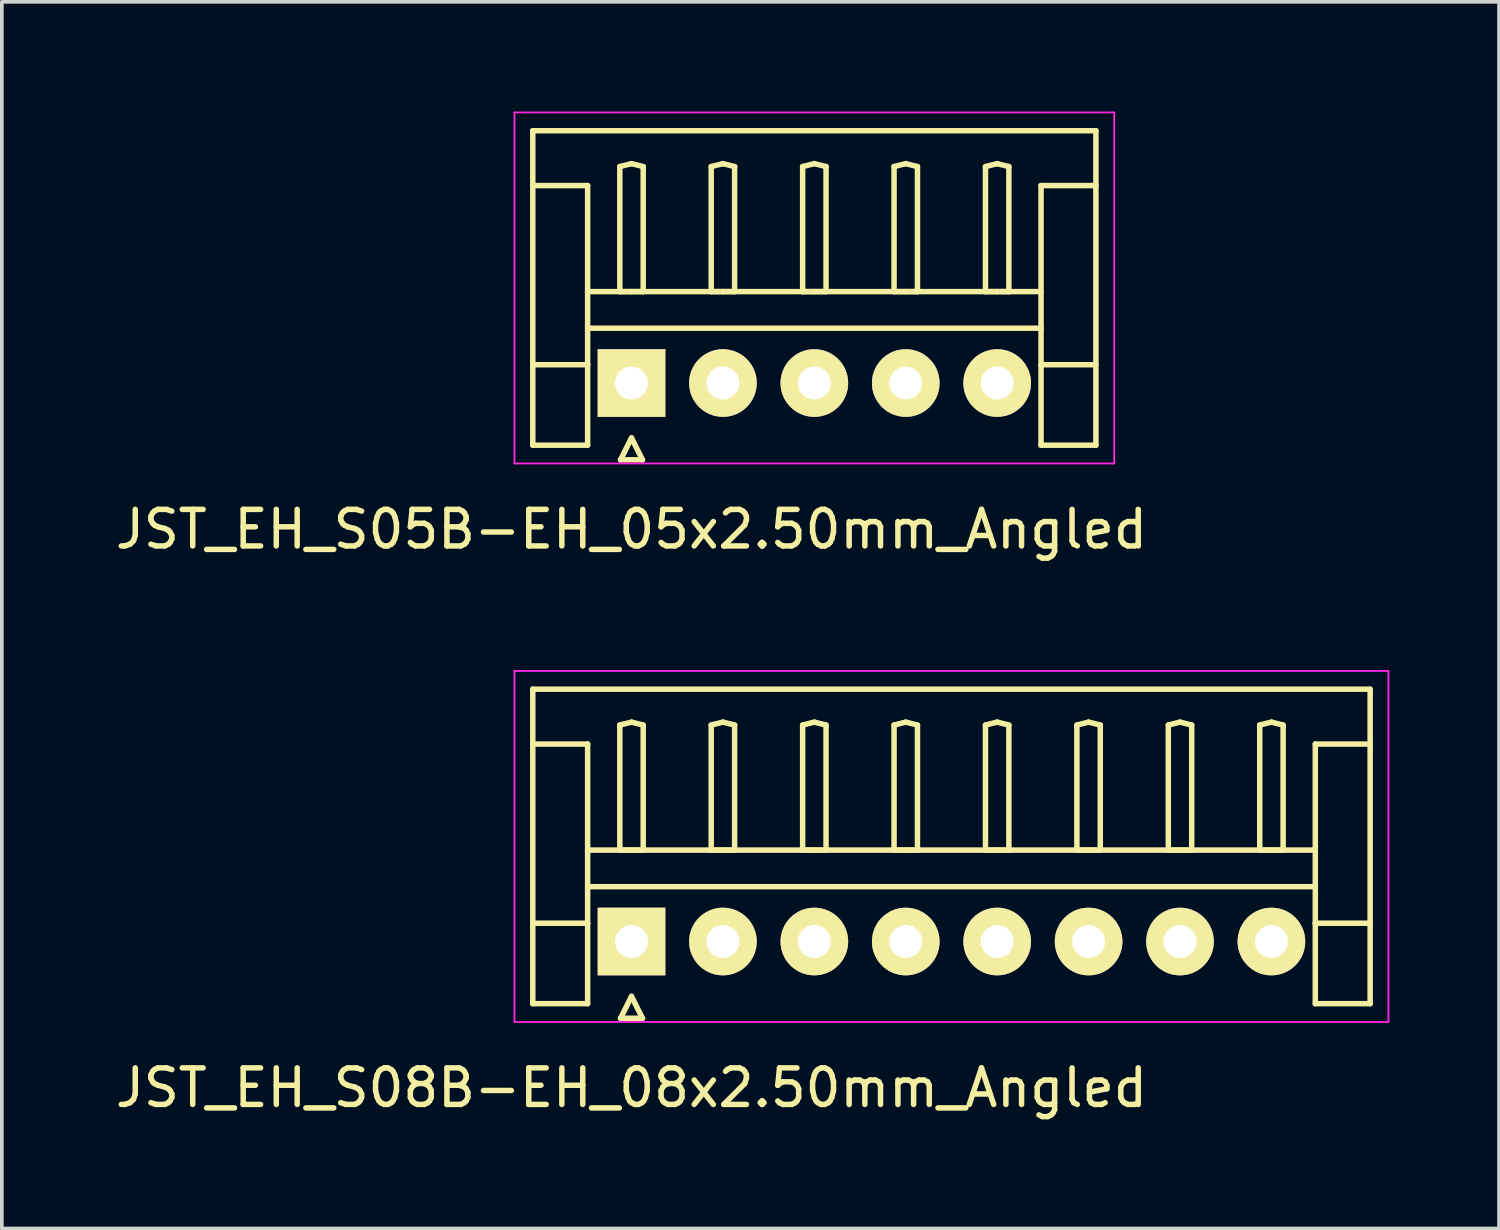
<source format=kicad_pcb>
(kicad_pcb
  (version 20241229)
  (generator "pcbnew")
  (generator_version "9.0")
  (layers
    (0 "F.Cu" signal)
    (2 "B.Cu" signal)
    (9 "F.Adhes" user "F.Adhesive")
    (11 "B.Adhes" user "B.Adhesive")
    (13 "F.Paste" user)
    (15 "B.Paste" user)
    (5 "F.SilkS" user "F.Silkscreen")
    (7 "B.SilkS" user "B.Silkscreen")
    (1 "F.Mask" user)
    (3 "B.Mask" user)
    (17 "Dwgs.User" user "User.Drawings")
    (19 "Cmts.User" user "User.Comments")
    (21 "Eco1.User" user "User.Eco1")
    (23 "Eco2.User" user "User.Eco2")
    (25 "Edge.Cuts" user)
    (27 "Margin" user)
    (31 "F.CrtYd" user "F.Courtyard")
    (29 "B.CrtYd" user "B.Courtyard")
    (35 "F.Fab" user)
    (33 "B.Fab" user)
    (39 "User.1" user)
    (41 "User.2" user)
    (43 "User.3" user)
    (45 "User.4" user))
  (footprint "JST_EH_S08B-EH_08x2.50mm_Angled"
    (layer "F.Cu")
    (at 14.22 22.698)
    (property "Reference" "JST_EH_S08B-EH_08x2.50mm_Angled" (at 0 4 0) (layer "F.SilkS") (effects (font (size 1 1) (thickness 0.15))))
    (attr through_hole)
    (fp_line (start -2.7 -6.9) (end 20.2 -6.9) (stroke (width 0.15) (type solid)) (layer "F.SilkS"))
    (fp_line (start -2.7 -5.4) (end -1.2 -5.4) (stroke (width 0.15) (type solid)) (layer "F.SilkS"))
    (fp_line (start -2.7 1.7) (end -2.7 -6.9) (stroke (width 0.15) (type solid)) (layer "F.SilkS"))
    (fp_line (start -1.2 -5.4) (end -1.2 -0.5) (stroke (width 0.15) (type solid)) (layer "F.SilkS"))
    (fp_line (start -1.2 -2.5) (end 18.7 -2.5) (stroke (width 0.15) (type solid)) (layer "F.SilkS"))
    (fp_line (start -1.2 -1.5) (end 18.7 -1.5) (stroke (width 0.15) (type solid)) (layer "F.SilkS"))
    (fp_line (start -1.2 -0.5) (end -2.7 -0.5) (stroke (width 0.15) (type solid)) (layer "F.SilkS"))
    (fp_line (start -1.2 -0.5) (end -1.2 1.7) (stroke (width 0.15) (type solid)) (layer "F.SilkS"))
    (fp_line (start -1.2 1.7) (end -2.7 1.7) (stroke (width 0.15) (type solid)) (layer "F.SilkS"))
    (fp_line (start -0.32 -5.92) (end 0 -6) (stroke (width 0.15) (type solid)) (layer "F.SilkS"))
    (fp_line (start -0.32 -2.5) (end -0.32 -5.92) (stroke (width 0.15) (type solid)) (layer "F.SilkS"))
    (fp_line (start -0.3 2.1) (end 0.3 2.1) (stroke (width 0.15) (type solid)) (layer "F.SilkS"))
    (fp_line (start 0 -6) (end 0.32 -5.92) (stroke (width 0.15) (type solid)) (layer "F.SilkS"))
    (fp_line (start 0 -2.5) (end -0.32 -2.5) (stroke (width 0.15) (type solid)) (layer "F.SilkS"))
    (fp_line (start 0 1.5) (end -0.3 2.1) (stroke (width 0.15) (type solid)) (layer "F.SilkS"))
    (fp_line (start 0.3 2.1) (end 0 1.5) (stroke (width 0.15) (type solid)) (layer "F.SilkS"))
    (fp_line (start 0.32 -5.92) (end 0.32 -2.5) (stroke (width 0.15) (type solid)) (layer "F.SilkS"))
    (fp_line (start 0.32 -2.5) (end 0 -2.5) (stroke (width 0.15) (type solid)) (layer "F.SilkS"))
    (fp_line (start 2.18 -5.92) (end 2.5 -6) (stroke (width 0.15) (type solid)) (layer "F.SilkS"))
    (fp_line (start 2.18 -2.5) (end 2.18 -5.92) (stroke (width 0.15) (type solid)) (layer "F.SilkS"))
    (fp_line (start 2.5 -6) (end 2.82 -5.92) (stroke (width 0.15) (type solid)) (layer "F.SilkS"))
    (fp_line (start 2.5 -2.5) (end 2.18 -2.5) (stroke (width 0.15) (type solid)) (layer "F.SilkS"))
    (fp_line (start 2.82 -5.92) (end 2.82 -2.5) (stroke (width 0.15) (type solid)) (layer "F.SilkS"))
    (fp_line (start 2.82 -2.5) (end 2.5 -2.5) (stroke (width 0.15) (type solid)) (layer "F.SilkS"))
    (fp_line (start 4.68 -5.92) (end 5 -6) (stroke (width 0.15) (type solid)) (layer "F.SilkS"))
    (fp_line (start 4.68 -2.5) (end 4.68 -5.92) (stroke (width 0.15) (type solid)) (layer "F.SilkS"))
    (fp_line (start 5 -6) (end 5.32 -5.92) (stroke (width 0.15) (type solid)) (layer "F.SilkS"))
    (fp_line (start 5 -2.5) (end 4.68 -2.5) (stroke (width 0.15) (type solid)) (layer "F.SilkS"))
    (fp_line (start 5.32 -5.92) (end 5.32 -2.5) (stroke (width 0.15) (type solid)) (layer "F.SilkS"))
    (fp_line (start 5.32 -2.5) (end 5 -2.5) (stroke (width 0.15) (type solid)) (layer "F.SilkS"))
    (fp_line (start 7.18 -5.92) (end 7.5 -6) (stroke (width 0.15) (type solid)) (layer "F.SilkS"))
    (fp_line (start 7.18 -2.5) (end 7.18 -5.92) (stroke (width 0.15) (type solid)) (layer "F.SilkS"))
    (fp_line (start 7.5 -6) (end 7.82 -5.92) (stroke (width 0.15) (type solid)) (layer "F.SilkS"))
    (fp_line (start 7.5 -2.5) (end 7.18 -2.5) (stroke (width 0.15) (type solid)) (layer "F.SilkS"))
    (fp_line (start 7.82 -5.92) (end 7.82 -2.5) (stroke (width 0.15) (type solid)) (layer "F.SilkS"))
    (fp_line (start 7.82 -2.5) (end 7.5 -2.5) (stroke (width 0.15) (type solid)) (layer "F.SilkS"))
    (fp_line (start 9.68 -5.92) (end 10 -6) (stroke (width 0.15) (type solid)) (layer "F.SilkS"))
    (fp_line (start 9.68 -2.5) (end 9.68 -5.92) (stroke (width 0.15) (type solid)) (layer "F.SilkS"))
    (fp_line (start 10 -6) (end 10.32 -5.92) (stroke (width 0.15) (type solid)) (layer "F.SilkS"))
    (fp_line (start 10 -2.5) (end 9.68 -2.5) (stroke (width 0.15) (type solid)) (layer "F.SilkS"))
    (fp_line (start 10.32 -5.92) (end 10.32 -2.5) (stroke (width 0.15) (type solid)) (layer "F.SilkS"))
    (fp_line (start 10.32 -2.5) (end 10 -2.5) (stroke (width 0.15) (type solid)) (layer "F.SilkS"))
    (fp_line (start 12.18 -5.92) (end 12.5 -6) (stroke (width 0.15) (type solid)) (layer "F.SilkS"))
    (fp_line (start 12.18 -2.5) (end 12.18 -5.92) (stroke (width 0.15) (type solid)) (layer "F.SilkS"))
    (fp_line (start 12.5 -6) (end 12.82 -5.92) (stroke (width 0.15) (type solid)) (layer "F.SilkS"))
    (fp_line (start 12.5 -2.5) (end 12.18 -2.5) (stroke (width 0.15) (type solid)) (layer "F.SilkS"))
    (fp_line (start 12.82 -5.92) (end 12.82 -2.5) (stroke (width 0.15) (type solid)) (layer "F.SilkS"))
    (fp_line (start 12.82 -2.5) (end 12.5 -2.5) (stroke (width 0.15) (type solid)) (layer "F.SilkS"))
    (fp_line (start 14.68 -5.92) (end 15 -6) (stroke (width 0.15) (type solid)) (layer "F.SilkS"))
    (fp_line (start 14.68 -2.5) (end 14.68 -5.92) (stroke (width 0.15) (type solid)) (layer "F.SilkS"))
    (fp_line (start 15 -6) (end 15.32 -5.92) (stroke (width 0.15) (type solid)) (layer "F.SilkS"))
    (fp_line (start 15 -2.5) (end 14.68 -2.5) (stroke (width 0.15) (type solid)) (layer "F.SilkS"))
    (fp_line (start 15.32 -5.92) (end 15.32 -2.5) (stroke (width 0.15) (type solid)) (layer "F.SilkS"))
    (fp_line (start 15.32 -2.5) (end 15 -2.5) (stroke (width 0.15) (type solid)) (layer "F.SilkS"))
    (fp_line (start 17.18 -5.92) (end 17.5 -6) (stroke (width 0.15) (type solid)) (layer "F.SilkS"))
    (fp_line (start 17.18 -2.5) (end 17.18 -5.92) (stroke (width 0.15) (type solid)) (layer "F.SilkS"))
    (fp_line (start 17.5 -6) (end 17.82 -5.92) (stroke (width 0.15) (type solid)) (layer "F.SilkS"))
    (fp_line (start 17.5 -2.5) (end 17.18 -2.5) (stroke (width 0.15) (type solid)) (layer "F.SilkS"))
    (fp_line (start 17.82 -5.92) (end 17.82 -2.5) (stroke (width 0.15) (type solid)) (layer "F.SilkS"))
    (fp_line (start 17.82 -2.5) (end 17.5 -2.5) (stroke (width 0.15) (type solid)) (layer "F.SilkS"))
    (fp_line (start 18.7 -5.4) (end 18.7 -0.5) (stroke (width 0.15) (type solid)) (layer "F.SilkS"))
    (fp_line (start 18.7 -0.5) (end 20.2 -0.5) (stroke (width 0.15) (type solid)) (layer "F.SilkS"))
    (fp_line (start 18.7 1.7) (end 18.7 -0.5) (stroke (width 0.15) (type solid)) (layer "F.SilkS"))
    (fp_line (start 20.2 -6.9) (end 20.2 1.7) (stroke (width 0.15) (type solid)) (layer "F.SilkS"))
    (fp_line (start 20.2 -5.4) (end 18.7 -5.4) (stroke (width 0.15) (type solid)) (layer "F.SilkS"))
    (fp_line (start 20.2 1.7) (end 18.7 1.7) (stroke (width 0.15) (type solid)) (layer "F.SilkS"))
    (fp_line (start -3.2 -7.4) (end -3.2 2.2) (stroke (width 0.05) (type solid)) (layer "F.CrtYd"))
    (fp_line (start -3.2 2.2) (end 20.7 2.2) (stroke (width 0.05) (type solid)) (layer "F.CrtYd"))
    (fp_line (start 20.7 -7.4) (end -3.2 -7.4) (stroke (width 0.05) (type solid)) (layer "F.CrtYd"))
    (fp_line (start 20.7 2.2) (end 20.7 -7.4) (stroke (width 0.05) (type solid)) (layer "F.CrtYd"))
    (pad "1" thru_hole rect (at 0 0) (size 1.85 1.85) (drill 0.9) (layers "*.Cu" "*.Mask" "F.SilkS"))
    (pad "2" thru_hole circle (at 2.5 0) (size 1.85 1.85) (drill 0.9) (layers "*.Cu" "*.Mask" "F.SilkS"))
    (pad "3" thru_hole circle (at 5 0) (size 1.85 1.85) (drill 0.9) (layers "*.Cu" "*.Mask" "F.SilkS"))
    (pad "4" thru_hole circle (at 7.5 0) (size 1.85 1.85) (drill 0.9) (layers "*.Cu" "*.Mask" "F.SilkS"))
    (pad "5" thru_hole circle (at 10 0) (size 1.85 1.85) (drill 0.9) (layers "*.Cu" "*.Mask" "F.SilkS"))
    (pad "6" thru_hole circle (at 12.5 0) (size 1.85 1.85) (drill 0.9) (layers "*.Cu" "*.Mask" "F.SilkS"))
    (pad "7" thru_hole circle (at 15 0) (size 1.85 1.85) (drill 0.9) (layers "*.Cu" "*.Mask" "F.SilkS"))
    (pad "8" thru_hole circle (at 17.5 0) (size 1.85 1.85) (drill 0.9) (layers "*.Cu" "*.Mask" "F.SilkS")))
  (footprint "JST_EH_S05B-EH_05x2.50mm_Angled"
    (layer "F.Cu")
    (at 14.22 7.425)
    (property "Reference" "JST_EH_S05B-EH_05x2.50mm_Angled" (at 0 4 0) (layer "F.SilkS") (effects (font (size 1 1) (thickness 0.15))))
    (attr through_hole)
    (fp_line (start -2.7 -6.9) (end 12.7 -6.9) (stroke (width 0.15) (type solid)) (layer "F.SilkS"))
    (fp_line (start -2.7 -5.4) (end -1.2 -5.4) (stroke (width 0.15) (type solid)) (layer "F.SilkS"))
    (fp_line (start -2.7 1.7) (end -2.7 -6.9) (stroke (width 0.15) (type solid)) (layer "F.SilkS"))
    (fp_line (start -1.2 -5.4) (end -1.2 -0.5) (stroke (width 0.15) (type solid)) (layer "F.SilkS"))
    (fp_line (start -1.2 -2.5) (end 11.2 -2.5) (stroke (width 0.15) (type solid)) (layer "F.SilkS"))
    (fp_line (start -1.2 -1.5) (end 11.2 -1.5) (stroke (width 0.15) (type solid)) (layer "F.SilkS"))
    (fp_line (start -1.2 -0.5) (end -2.7 -0.5) (stroke (width 0.15) (type solid)) (layer "F.SilkS"))
    (fp_line (start -1.2 -0.5) (end -1.2 1.7) (stroke (width 0.15) (type solid)) (layer "F.SilkS"))
    (fp_line (start -1.2 1.7) (end -2.7 1.7) (stroke (width 0.15) (type solid)) (layer "F.SilkS"))
    (fp_line (start -0.32 -5.92) (end 0 -6) (stroke (width 0.15) (type solid)) (layer "F.SilkS"))
    (fp_line (start -0.32 -2.5) (end -0.32 -5.92) (stroke (width 0.15) (type solid)) (layer "F.SilkS"))
    (fp_line (start -0.3 2.1) (end 0.3 2.1) (stroke (width 0.15) (type solid)) (layer "F.SilkS"))
    (fp_line (start 0 -6) (end 0.32 -5.92) (stroke (width 0.15) (type solid)) (layer "F.SilkS"))
    (fp_line (start 0 -2.5) (end -0.32 -2.5) (stroke (width 0.15) (type solid)) (layer "F.SilkS"))
    (fp_line (start 0 1.5) (end -0.3 2.1) (stroke (width 0.15) (type solid)) (layer "F.SilkS"))
    (fp_line (start 0.3 2.1) (end 0 1.5) (stroke (width 0.15) (type solid)) (layer "F.SilkS"))
    (fp_line (start 0.32 -5.92) (end 0.32 -2.5) (stroke (width 0.15) (type solid)) (layer "F.SilkS"))
    (fp_line (start 0.32 -2.5) (end 0 -2.5) (stroke (width 0.15) (type solid)) (layer "F.SilkS"))
    (fp_line (start 2.18 -5.92) (end 2.5 -6) (stroke (width 0.15) (type solid)) (layer "F.SilkS"))
    (fp_line (start 2.18 -2.5) (end 2.18 -5.92) (stroke (width 0.15) (type solid)) (layer "F.SilkS"))
    (fp_line (start 2.5 -6) (end 2.82 -5.92) (stroke (width 0.15) (type solid)) (layer "F.SilkS"))
    (fp_line (start 2.5 -2.5) (end 2.18 -2.5) (stroke (width 0.15) (type solid)) (layer "F.SilkS"))
    (fp_line (start 2.82 -5.92) (end 2.82 -2.5) (stroke (width 0.15) (type solid)) (layer "F.SilkS"))
    (fp_line (start 2.82 -2.5) (end 2.5 -2.5) (stroke (width 0.15) (type solid)) (layer "F.SilkS"))
    (fp_line (start 4.68 -5.92) (end 5 -6) (stroke (width 0.15) (type solid)) (layer "F.SilkS"))
    (fp_line (start 4.68 -2.5) (end 4.68 -5.92) (stroke (width 0.15) (type solid)) (layer "F.SilkS"))
    (fp_line (start 5 -6) (end 5.32 -5.92) (stroke (width 0.15) (type solid)) (layer "F.SilkS"))
    (fp_line (start 5 -2.5) (end 4.68 -2.5) (stroke (width 0.15) (type solid)) (layer "F.SilkS"))
    (fp_line (start 5.32 -5.92) (end 5.32 -2.5) (stroke (width 0.15) (type solid)) (layer "F.SilkS"))
    (fp_line (start 5.32 -2.5) (end 5 -2.5) (stroke (width 0.15) (type solid)) (layer "F.SilkS"))
    (fp_line (start 7.18 -5.92) (end 7.5 -6) (stroke (width 0.15) (type solid)) (layer "F.SilkS"))
    (fp_line (start 7.18 -2.5) (end 7.18 -5.92) (stroke (width 0.15) (type solid)) (layer "F.SilkS"))
    (fp_line (start 7.5 -6) (end 7.82 -5.92) (stroke (width 0.15) (type solid)) (layer "F.SilkS"))
    (fp_line (start 7.5 -2.5) (end 7.18 -2.5) (stroke (width 0.15) (type solid)) (layer "F.SilkS"))
    (fp_line (start 7.82 -5.92) (end 7.82 -2.5) (stroke (width 0.15) (type solid)) (layer "F.SilkS"))
    (fp_line (start 7.82 -2.5) (end 7.5 -2.5) (stroke (width 0.15) (type solid)) (layer "F.SilkS"))
    (fp_line (start 9.68 -5.92) (end 10 -6) (stroke (width 0.15) (type solid)) (layer "F.SilkS"))
    (fp_line (start 9.68 -2.5) (end 9.68 -5.92) (stroke (width 0.15) (type solid)) (layer "F.SilkS"))
    (fp_line (start 10 -6) (end 10.32 -5.92) (stroke (width 0.15) (type solid)) (layer "F.SilkS"))
    (fp_line (start 10 -2.5) (end 9.68 -2.5) (stroke (width 0.15) (type solid)) (layer "F.SilkS"))
    (fp_line (start 10.32 -5.92) (end 10.32 -2.5) (stroke (width 0.15) (type solid)) (layer "F.SilkS"))
    (fp_line (start 10.32 -2.5) (end 10 -2.5) (stroke (width 0.15) (type solid)) (layer "F.SilkS"))
    (fp_line (start 11.2 -5.4) (end 11.2 -0.5) (stroke (width 0.15) (type solid)) (layer "F.SilkS"))
    (fp_line (start 11.2 -0.5) (end 12.7 -0.5) (stroke (width 0.15) (type solid)) (layer "F.SilkS"))
    (fp_line (start 11.2 1.7) (end 11.2 -0.5) (stroke (width 0.15) (type solid)) (layer "F.SilkS"))
    (fp_line (start 12.7 -6.9) (end 12.7 1.7) (stroke (width 0.15) (type solid)) (layer "F.SilkS"))
    (fp_line (start 12.7 -5.4) (end 11.2 -5.4) (stroke (width 0.15) (type solid)) (layer "F.SilkS"))
    (fp_line (start 12.7 1.7) (end 11.2 1.7) (stroke (width 0.15) (type solid)) (layer "F.SilkS"))
    (fp_line (start -3.2 -7.4) (end -3.2 2.2) (stroke (width 0.05) (type solid)) (layer "F.CrtYd"))
    (fp_line (start -3.2 2.2) (end 13.2 2.2) (stroke (width 0.05) (type solid)) (layer "F.CrtYd"))
    (fp_line (start 13.2 -7.4) (end -3.2 -7.4) (stroke (width 0.05) (type solid)) (layer "F.CrtYd"))
    (fp_line (start 13.2 2.2) (end 13.2 -7.4) (stroke (width 0.05) (type solid)) (layer "F.CrtYd"))
    (pad "1" thru_hole rect (at 0 0) (size 1.85 1.85) (drill 0.9) (layers "*.Cu" "*.Mask" "F.SilkS"))
    (pad "2" thru_hole circle (at 2.5 0) (size 1.85 1.85) (drill 0.9) (layers "*.Cu" "*.Mask" "F.SilkS"))
    (pad "3" thru_hole circle (at 5 0) (size 1.85 1.85) (drill 0.9) (layers "*.Cu" "*.Mask" "F.SilkS"))
    (pad "4" thru_hole circle (at 7.5 0) (size 1.85 1.85) (drill 0.9) (layers "*.Cu" "*.Mask" "F.SilkS"))
    (pad "5" thru_hole circle (at 10 0) (size 1.85 1.85) (drill 0.9) (layers "*.Cu" "*.Mask" "F.SilkS")))
  (gr_rect
    (start -3 -3)
    (end 37.945 30.547)
    (stroke (width 0.1) (type default))
    (fill no)
    (layer "Edge.Cuts")))
</source>
